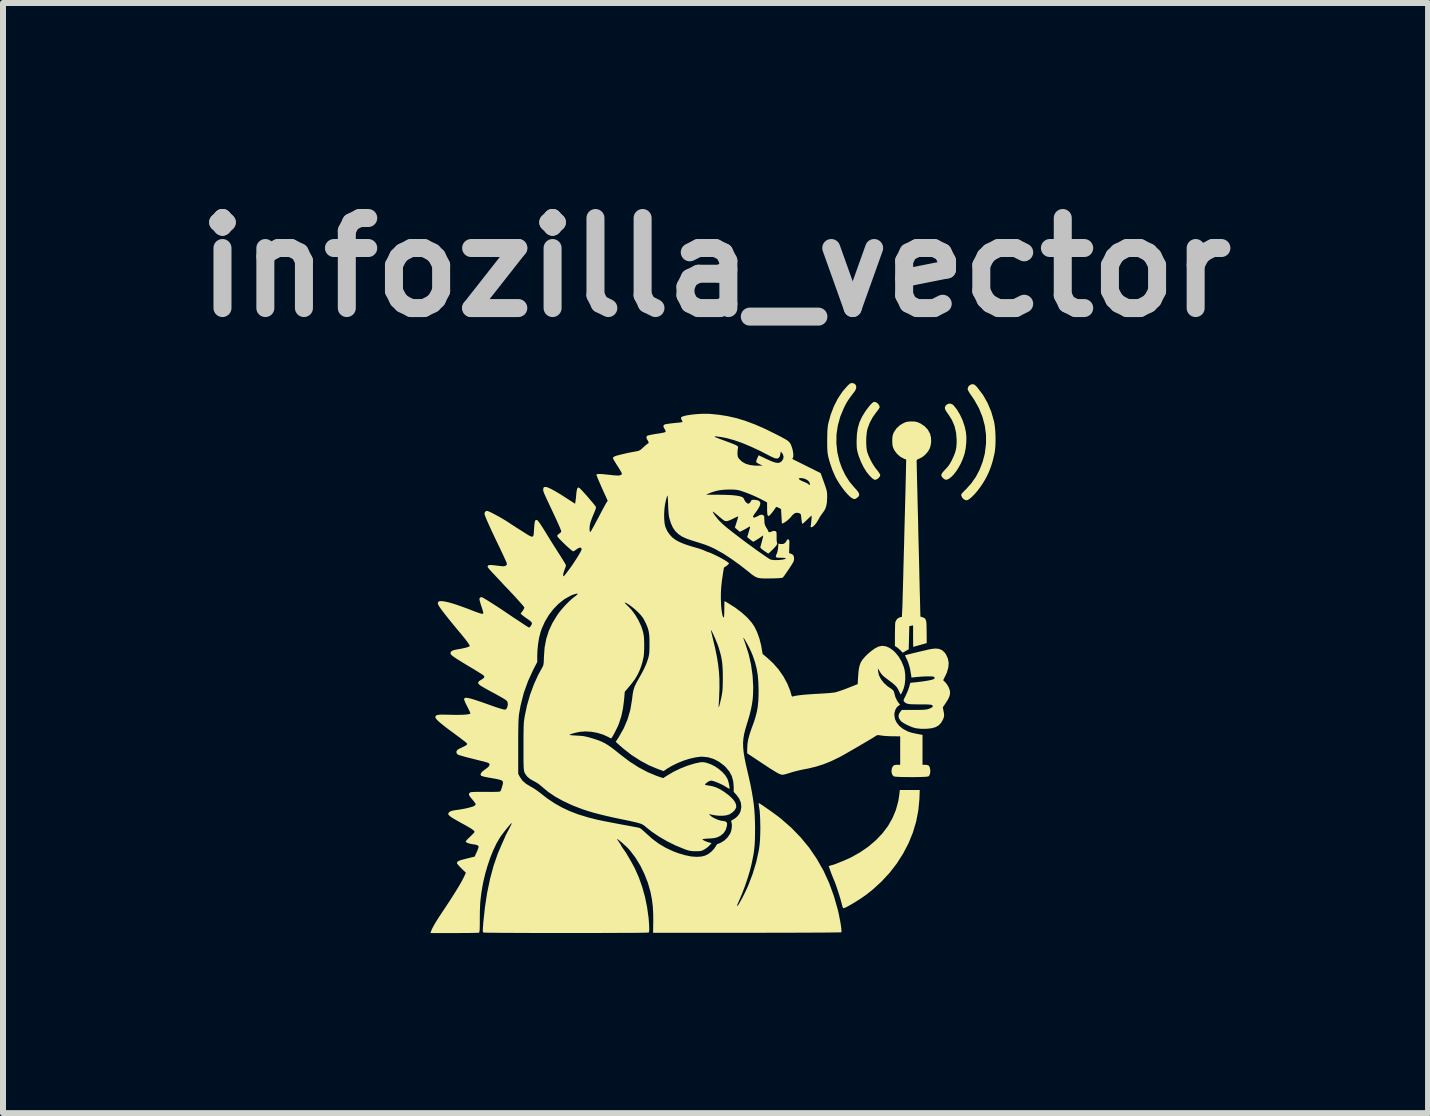
<source format=kicad_pcb>
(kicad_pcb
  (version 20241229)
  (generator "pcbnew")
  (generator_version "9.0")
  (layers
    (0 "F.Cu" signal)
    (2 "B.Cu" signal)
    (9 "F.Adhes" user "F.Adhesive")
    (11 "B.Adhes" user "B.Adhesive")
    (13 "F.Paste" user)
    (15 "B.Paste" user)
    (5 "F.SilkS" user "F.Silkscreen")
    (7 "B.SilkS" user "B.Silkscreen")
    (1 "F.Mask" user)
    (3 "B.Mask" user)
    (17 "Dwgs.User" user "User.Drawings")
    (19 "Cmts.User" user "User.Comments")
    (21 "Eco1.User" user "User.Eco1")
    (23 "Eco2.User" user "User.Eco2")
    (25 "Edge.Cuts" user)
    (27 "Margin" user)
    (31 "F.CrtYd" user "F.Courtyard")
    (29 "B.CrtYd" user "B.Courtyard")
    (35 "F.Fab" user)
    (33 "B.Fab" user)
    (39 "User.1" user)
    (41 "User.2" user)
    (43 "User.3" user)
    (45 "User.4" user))
  (footprint "infozilla_vector"
    (layer "F.Cu")
    (at 8.871 7.904)
    (property "Reference" "infozilla_vector" (at 0 -6.5 0) (layer "Dwgs.User") (effects (font (size 1.5 1.5) (thickness 0.3))))
    (attr board_only exclude_from_pos_files exclude_from_bom)
    (fp_poly (pts (xy 3.949 -4.215) (xy 3.968 -4.199) (xy 4.024 -4.128) (xy 4.074 -4.044) (xy 4.118 -3.949) (xy 4.151 -3.85) (xy 4.172 -3.756) (xy 4.18 -3.671) (xy 4.178 -3.577) (xy 4.168 -3.482) (xy 4.15 -3.395) (xy 4.147 -3.385) (xy 4.121 -3.31) (xy 4.089 -3.236) (xy 4.051 -3.166) (xy 4.011 -3.103) (xy 3.969 -3.049) (xy 3.927 -3.006) (xy 3.886 -2.975) (xy 3.85 -2.961) (xy 3.839 -2.96) (xy 3.819 -2.967) (xy 3.796 -2.983) (xy 3.79 -2.989) (xy 3.77 -3.012) (xy 3.762 -3.034) (xy 3.767 -3.058) (xy 3.786 -3.086) (xy 3.819 -3.123) (xy 3.828 -3.132) (xy 3.869 -3.177) (xy 3.902 -3.222) (xy 3.932 -3.276) (xy 3.94 -3.292) (xy 3.974 -3.365) (xy 3.997 -3.43) (xy 4.011 -3.492) (xy 4.017 -3.559) (xy 4.018 -3.619) (xy 4.009 -3.741) (xy 3.983 -3.853) (xy 3.939 -3.957) (xy 3.877 -4.054) (xy 3.869 -4.065) (xy 3.839 -4.108) (xy 3.823 -4.142) (xy 3.822 -4.171) (xy 3.835 -4.196) (xy 3.844 -4.206) (xy 3.877 -4.227) (xy 3.913 -4.23)) (stroke (width 0) (type solid)) (fill yes) (layer "F.SilkS"))
    (fp_poly (pts (xy 2.677 -4.251) (xy 2.708 -4.228) (xy 2.729 -4.197) (xy 2.735 -4.167) (xy 2.729 -4.155) (xy 2.714 -4.131) (xy 2.691 -4.101) (xy 2.676 -4.082) (xy 2.619 -4.002) (xy 2.571 -3.913) (xy 2.537 -3.823) (xy 2.526 -3.784) (xy 2.518 -3.729) (xy 2.512 -3.663) (xy 2.511 -3.593) (xy 2.513 -3.525) (xy 2.519 -3.466) (xy 2.525 -3.433) (xy 2.547 -3.369) (xy 2.579 -3.298) (xy 2.618 -3.226) (xy 2.661 -3.161) (xy 2.686 -3.129) (xy 2.712 -3.096) (xy 2.732 -3.066) (xy 2.744 -3.045) (xy 2.745 -3.038) (xy 2.737 -3.014) (xy 2.716 -2.989) (xy 2.689 -2.969) (xy 2.663 -2.96) (xy 2.661 -2.96) (xy 2.643 -2.964) (xy 2.623 -2.976) (xy 2.596 -3) (xy 2.569 -3.027) (xy 2.517 -3.09) (xy 2.468 -3.169) (xy 2.424 -3.258) (xy 2.387 -3.353) (xy 2.377 -3.385) (xy 2.366 -3.424) (xy 2.359 -3.459) (xy 2.354 -3.494) (xy 2.352 -3.536) (xy 2.351 -3.589) (xy 2.351 -3.61) (xy 2.356 -3.725) (xy 2.372 -3.827) (xy 2.4 -3.921) (xy 2.442 -4.012) (xy 2.499 -4.104) (xy 2.509 -4.118) (xy 2.546 -4.167) (xy 2.58 -4.209) (xy 2.61 -4.239) (xy 2.633 -4.256) (xy 2.644 -4.259)) (stroke (width 0) (type solid)) (fill yes) (layer "F.SilkS"))
    (fp_poly (pts (xy 3.397 2.362) (xy 3.379 2.549) (xy 3.343 2.734) (xy 3.289 2.916) (xy 3.217 3.093) (xy 3.128 3.264) (xy 3.023 3.429) (xy 2.903 3.585) (xy 2.767 3.732) (xy 2.617 3.869) (xy 2.515 3.95) (xy 2.468 3.983) (xy 2.415 4.02) (xy 2.358 4.056) (xy 2.301 4.091) (xy 2.247 4.123) (xy 2.2 4.149) (xy 2.163 4.168) (xy 2.143 4.176) (xy 2.133 4.177) (xy 2.125 4.172) (xy 2.118 4.157) (xy 2.109 4.129) (xy 2.101 4.096) (xy 2.082 4.026) (xy 2.058 3.947) (xy 2.032 3.867) (xy 2.006 3.79) (xy 1.98 3.722) (xy 1.966 3.689) (xy 1.947 3.642) (xy 1.927 3.592) (xy 1.911 3.548) (xy 1.909 3.543) (xy 1.886 3.477) (xy 1.911 3.468) (xy 1.933 3.461) (xy 1.945 3.458) (xy 1.959 3.455) (xy 1.988 3.445) (xy 2.027 3.43) (xy 2.072 3.412) (xy 2.121 3.392) (xy 2.168 3.372) (xy 2.211 3.353) (xy 2.245 3.337) (xy 2.252 3.334) (xy 2.408 3.247) (xy 2.549 3.15) (xy 2.673 3.044) (xy 2.782 2.93) (xy 2.874 2.808) (xy 2.948 2.678) (xy 3.005 2.542) (xy 3.044 2.4) (xy 3.06 2.303) (xy 3.071 2.208) (xy 3.237 2.208) (xy 3.403 2.208)) (stroke (width 0) (type solid)) (fill yes) (layer "F.SilkS"))
    (fp_poly (pts (xy 4.302 -4.55) (xy 4.319 -4.542) (xy 4.339 -4.524) (xy 4.364 -4.496) (xy 4.457 -4.374) (xy 4.533 -4.24) (xy 4.594 -4.095) (xy 4.639 -3.938) (xy 4.642 -3.926) (xy 4.653 -3.859) (xy 4.661 -3.779) (xy 4.665 -3.693) (xy 4.666 -3.604) (xy 4.663 -3.519) (xy 4.656 -3.444) (xy 4.647 -3.393) (xy 4.621 -3.282) (xy 4.591 -3.185) (xy 4.557 -3.095) (xy 4.528 -3.033) (xy 4.493 -2.966) (xy 4.452 -2.899) (xy 4.408 -2.834) (xy 4.362 -2.774) (xy 4.317 -2.721) (xy 4.273 -2.677) (xy 4.234 -2.643) (xy 4.201 -2.623) (xy 4.179 -2.619) (xy 4.162 -2.623) (xy 4.139 -2.634) (xy 4.112 -2.659) (xy 4.096 -2.694) (xy 4.093 -2.713) (xy 4.1 -2.725) (xy 4.118 -2.747) (xy 4.145 -2.776) (xy 4.171 -2.8) (xy 4.258 -2.896) (xy 4.335 -3.005) (xy 4.4 -3.127) (xy 4.45 -3.257) (xy 4.486 -3.393) (xy 4.488 -3.405) (xy 4.507 -3.559) (xy 4.507 -3.711) (xy 4.487 -3.861) (xy 4.448 -4.007) (xy 4.391 -4.149) (xy 4.314 -4.287) (xy 4.27 -4.352) (xy 4.234 -4.404) (xy 4.211 -4.444) (xy 4.201 -4.471) (xy 4.201 -4.477) (xy 4.21 -4.509) (xy 4.233 -4.535) (xy 4.265 -4.551) (xy 4.282 -4.552)) (stroke (width 0) (type solid)) (fill yes) (layer "F.SilkS"))
    (fp_poly (pts (xy 2.309 -4.565) (xy 2.334 -4.544) (xy 2.345 -4.515) (xy 2.342 -4.479) (xy 2.323 -4.44) (xy 2.318 -4.433) (xy 2.273 -4.374) (xy 2.238 -4.327) (xy 2.21 -4.286) (xy 2.186 -4.248) (xy 2.164 -4.207) (xy 2.141 -4.161) (xy 2.139 -4.157) (xy 2.079 -4.013) (xy 2.038 -3.866) (xy 2.016 -3.716) (xy 2.014 -3.566) (xy 2.03 -3.416) (xy 2.066 -3.267) (xy 2.105 -3.158) (xy 2.164 -3.035) (xy 2.236 -2.923) (xy 2.313 -2.833) (xy 2.353 -2.788) (xy 2.38 -2.753) (xy 2.393 -2.725) (xy 2.393 -2.702) (xy 2.382 -2.681) (xy 2.363 -2.663) (xy 2.334 -2.643) (xy 2.309 -2.639) (xy 2.28 -2.651) (xy 2.271 -2.656) (xy 2.236 -2.683) (xy 2.195 -2.724) (xy 2.15 -2.776) (xy 2.105 -2.836) (xy 2.062 -2.899) (xy 2.023 -2.962) (xy 1.999 -3.006) (xy 1.951 -3.114) (xy 1.91 -3.232) (xy 1.887 -3.311) (xy 1.878 -3.348) (xy 1.872 -3.38) (xy 1.867 -3.412) (xy 1.864 -3.447) (xy 1.862 -3.489) (xy 1.861 -3.542) (xy 1.861 -3.611) (xy 1.861 -3.615) (xy 1.862 -3.691) (xy 1.863 -3.752) (xy 1.866 -3.801) (xy 1.87 -3.842) (xy 1.875 -3.879) (xy 1.879 -3.898) (xy 1.919 -4.045) (xy 1.972 -4.184) (xy 2.037 -4.311) (xy 2.113 -4.426) (xy 2.186 -4.512) (xy 2.217 -4.543) (xy 2.24 -4.562) (xy 2.259 -4.571) (xy 2.272 -4.572)) (stroke (width 0) (type solid)) (fill yes) (layer "F.SilkS"))
    (fp_poly (pts (xy 3.724 -0.143) (xy 3.774 -0.122) (xy 3.815 -0.085) (xy 3.839 -0.053) (xy 3.871 0.016) (xy 3.885 0.089) (xy 3.879 0.167) (xy 3.855 0.251) (xy 3.831 0.303) (xy 3.793 0.379) (xy 3.826 0.411) (xy 3.861 0.454) (xy 3.888 0.504) (xy 3.905 0.554) (xy 3.908 0.584) (xy 3.904 0.622) (xy 3.892 0.661) (xy 3.87 0.705) (xy 3.836 0.759) (xy 3.832 0.765) (xy 3.787 0.831) (xy 3.798 0.888) (xy 3.807 0.933) (xy 3.809 0.967) (xy 3.804 0.996) (xy 3.793 1.027) (xy 3.787 1.04) (xy 3.756 1.092) (xy 3.717 1.132) (xy 3.669 1.16) (xy 3.607 1.178) (xy 3.531 1.187) (xy 3.503 1.188) (xy 3.419 1.188) (xy 3.351 1.181) (xy 3.331 1.177) (xy 3.284 1.164) (xy 3.232 1.143) (xy 3.181 1.119) (xy 3.135 1.094) (xy 3.099 1.069) (xy 3.083 1.054) (xy 3.056 1.012) (xy 3.049 0.971) (xy 3.062 0.93) (xy 3.081 0.902) (xy 3.105 0.874) (xy 3.304 0.874) (xy 3.375 0.874) (xy 3.429 0.873) (xy 3.471 0.871) (xy 3.502 0.868) (xy 3.527 0.864) (xy 3.548 0.858) (xy 3.553 0.857) (xy 3.595 0.839) (xy 3.617 0.823) (xy 3.62 0.807) (xy 3.61 0.795) (xy 3.598 0.79) (xy 3.578 0.786) (xy 3.547 0.784) (xy 3.502 0.782) (xy 3.441 0.782) (xy 3.402 0.782) (xy 3.33 0.781) (xy 3.275 0.78) (xy 3.234 0.777) (xy 3.204 0.772) (xy 3.181 0.765) (xy 3.164 0.755) (xy 3.148 0.741) (xy 3.143 0.735) (xy 3.136 0.726) (xy 3.134 0.715) (xy 3.137 0.7) (xy 3.148 0.676) (xy 3.167 0.638) (xy 3.169 0.634) (xy 3.19 0.589) (xy 3.21 0.54) (xy 3.225 0.497) (xy 3.228 0.487) (xy 3.246 0.422) (xy 3.311 0.416) (xy 3.374 0.409) (xy 3.439 0.401) (xy 3.499 0.392) (xy 3.552 0.383) (xy 3.594 0.374) (xy 3.62 0.367) (xy 3.622 0.366) (xy 3.646 0.353) (xy 3.652 0.339) (xy 3.641 0.324) (xy 3.639 0.322) (xy 3.623 0.318) (xy 3.591 0.315) (xy 3.546 0.315) (xy 3.492 0.316) (xy 3.432 0.319) (xy 3.369 0.324) (xy 3.32 0.329) (xy 3.265 0.335) (xy 3.258 0.287) (xy 3.239 0.177) (xy 3.211 0.084) (xy 3.19 0.035) (xy 3.174 0.002) (xy 3.163 -0.022) (xy 3.159 -0.035) (xy 3.159 -0.036) (xy 3.169 -0.04) (xy 3.196 -0.047) (xy 3.235 -0.057) (xy 3.283 -0.069) (xy 3.337 -0.082) (xy 3.394 -0.096) (xy 3.451 -0.109) (xy 3.503 -0.121) (xy 3.549 -0.132) (xy 3.584 -0.139) (xy 3.594 -0.141) (xy 3.665 -0.149)) (stroke (width 0) (type solid)) (fill yes) (layer "F.SilkS"))
    (fp_poly (pts (xy 3.312 -3.931) (xy 3.345 -3.926) (xy 3.376 -3.916) (xy 3.412 -3.9) (xy 3.48 -3.856) (xy 3.534 -3.8) (xy 3.572 -3.733) (xy 3.576 -3.724) (xy 3.591 -3.66) (xy 3.593 -3.59) (xy 3.582 -3.521) (xy 3.565 -3.473) (xy 3.534 -3.423) (xy 3.492 -3.376) (xy 3.445 -3.338) (xy 3.399 -3.315) (xy 3.369 -3.302) (xy 3.354 -3.289) (xy 3.351 -3.278) (xy 3.351 -3.265) (xy 3.352 -3.234) (xy 3.353 -3.187) (xy 3.354 -3.126) (xy 3.356 -3.052) (xy 3.358 -2.968) (xy 3.36 -2.874) (xy 3.363 -2.774) (xy 3.365 -2.668) (xy 3.365 -2.667) (xy 3.368 -2.54) (xy 3.372 -2.398) (xy 3.376 -2.245) (xy 3.379 -2.087) (xy 3.383 -1.927) (xy 3.387 -1.77) (xy 3.391 -1.621) (xy 3.394 -1.484) (xy 3.395 -1.451) (xy 3.397 -1.34) (xy 3.4 -1.233) (xy 3.402 -1.132) (xy 3.405 -1.038) (xy 3.407 -0.955) (xy 3.409 -0.883) (xy 3.41 -0.825) (xy 3.411 -0.782) (xy 3.412 -0.756) (xy 3.412 -0.753) (xy 3.414 -0.681) (xy 3.448 -0.67) (xy 3.47 -0.662) (xy 3.487 -0.651) (xy 3.499 -0.636) (xy 3.507 -0.613) (xy 3.513 -0.581) (xy 3.516 -0.536) (xy 3.517 -0.475) (xy 3.518 -0.425) (xy 3.519 -0.239) (xy 3.408 -0.208) (xy 3.364 -0.196) (xy 3.329 -0.186) (xy 3.304 -0.179) (xy 3.295 -0.176) (xy 3.294 -0.185) (xy 3.293 -0.211) (xy 3.293 -0.25) (xy 3.292 -0.3) (xy 3.292 -0.355) (xy 3.292 -0.535) (xy 3.26 -0.528) (xy 3.229 -0.522) (xy 3.224 -0.329) (xy 3.219 -0.136) (xy 3.169 -0.108) (xy 3.119 -0.079) (xy 3.081 -0.119) (xy 3.054 -0.144) (xy 3.028 -0.166) (xy 3.016 -0.174) (xy 2.989 -0.19) (xy 2.989 -0.372) (xy 2.99 -0.432) (xy 2.991 -0.487) (xy 2.992 -0.533) (xy 2.994 -0.568) (xy 2.995 -0.585) (xy 3.011 -0.622) (xy 3.038 -0.652) (xy 3.072 -0.669) (xy 3.076 -0.67) (xy 3.105 -0.676) (xy 3.11 -0.775) (xy 3.112 -0.807) (xy 3.114 -0.855) (xy 3.116 -0.918) (xy 3.118 -0.992) (xy 3.12 -1.074) (xy 3.123 -1.163) (xy 3.125 -1.255) (xy 3.126 -1.285) (xy 3.129 -1.382) (xy 3.131 -1.495) (xy 3.135 -1.619) (xy 3.138 -1.749) (xy 3.142 -1.881) (xy 3.145 -2.011) (xy 3.148 -2.135) (xy 3.15 -2.208) (xy 3.153 -2.318) (xy 3.156 -2.433) (xy 3.159 -2.549) (xy 3.162 -2.662) (xy 3.165 -2.768) (xy 3.167 -2.865) (xy 3.169 -2.949) (xy 3.171 -3.009) (xy 3.177 -3.297) (xy 3.133 -3.315) (xy 3.075 -3.347) (xy 3.023 -3.394) (xy 2.982 -3.449) (xy 2.973 -3.466) (xy 2.959 -3.497) (xy 2.951 -3.524) (xy 2.947 -3.556) (xy 2.945 -3.598) (xy 2.945 -3.61) (xy 2.946 -3.656) (xy 2.95 -3.689) (xy 2.957 -3.717) (xy 2.969 -3.746) (xy 2.973 -3.753) (xy 3.015 -3.817) (xy 3.073 -3.87) (xy 3.135 -3.906) (xy 3.169 -3.921) (xy 3.202 -3.928) (xy 3.24 -3.932) (xy 3.268 -3.932)) (stroke (width 0) (type solid)) (fill yes) (layer "F.SilkS"))
    (fp_poly (pts (xy -0.107 -4.059) (xy -0.098 -4.059) (xy 0.055 -4.044) (xy 0.205 -4.02) (xy 0.354 -3.986) (xy 0.506 -3.939) (xy 0.663 -3.88) (xy 0.827 -3.808) (xy 1.002 -3.722) (xy 1.006 -3.72) (xy 1.074 -3.685) (xy 1.126 -3.657) (xy 1.166 -3.635) (xy 1.195 -3.617) (xy 1.215 -3.601) (xy 1.23 -3.586) (xy 1.242 -3.571) (xy 1.252 -3.553) (xy 1.256 -3.545) (xy 1.271 -3.507) (xy 1.284 -3.463) (xy 1.293 -3.417) (xy 1.297 -3.375) (xy 1.295 -3.343) (xy 1.291 -3.33) (xy 1.282 -3.313) (xy 1.282 -3.307) (xy 1.291 -3.302) (xy 1.315 -3.289) (xy 1.352 -3.271) (xy 1.4 -3.247) (xy 1.456 -3.219) (xy 1.518 -3.188) (xy 1.751 -3.072) (xy 1.806 -2.921) (xy 1.826 -2.864) (xy 1.84 -2.822) (xy 1.85 -2.788) (xy 1.856 -2.76) (xy 1.859 -2.731) (xy 1.86 -2.699) (xy 1.86 -2.662) (xy 1.856 -2.585) (xy 1.845 -2.522) (xy 1.826 -2.469) (xy 1.796 -2.422) (xy 1.784 -2.407) (xy 1.764 -2.379) (xy 1.739 -2.342) (xy 1.717 -2.302) (xy 1.715 -2.298) (xy 1.687 -2.252) (xy 1.658 -2.213) (xy 1.629 -2.185) (xy 1.604 -2.17) (xy 1.596 -2.169) (xy 1.585 -2.174) (xy 1.586 -2.191) (xy 1.59 -2.212) (xy 1.594 -2.243) (xy 1.597 -2.279) (xy 1.6 -2.314) (xy 1.601 -2.343) (xy 1.601 -2.361) (xy 1.6 -2.364) (xy 1.592 -2.358) (xy 1.573 -2.34) (xy 1.547 -2.315) (xy 1.527 -2.296) (xy 1.497 -2.267) (xy 1.472 -2.244) (xy 1.454 -2.23) (xy 1.448 -2.227) (xy 1.442 -2.237) (xy 1.437 -2.262) (xy 1.432 -2.3) (xy 1.431 -2.31) (xy 1.427 -2.35) (xy 1.423 -2.375) (xy 1.417 -2.39) (xy 1.407 -2.398) (xy 1.396 -2.404) (xy 1.355 -2.412) (xy 1.316 -2.401) (xy 1.281 -2.37) (xy 1.273 -2.36) (xy 1.24 -2.322) (xy 1.2 -2.285) (xy 1.16 -2.255) (xy 1.132 -2.24) (xy 1.106 -2.229) (xy 1.099 -2.351) (xy 1.092 -2.472) (xy 1.052 -2.493) (xy 1.027 -2.505) (xy 1.014 -2.508) (xy 1.006 -2.502) (xy 1.002 -2.496) (xy 0.983 -2.468) (xy 0.96 -2.436) (xy 0.935 -2.404) (xy 0.913 -2.379) (xy 0.897 -2.363) (xy 0.892 -2.36) (xy 0.879 -2.358) (xy 0.87 -2.366) (xy 0.864 -2.386) (xy 0.861 -2.421) (xy 0.86 -2.472) (xy 0.86 -2.481) (xy 0.859 -2.584) (xy 0.752 -2.64) (xy 0.678 -2.676) (xy 0.594 -2.713) (xy 0.507 -2.747) (xy 0.426 -2.775) (xy 0.391 -2.785) (xy 0.351 -2.793) (xy 0.296 -2.797) (xy 0.234 -2.798) (xy 0.168 -2.796) (xy 0.105 -2.791) (xy 0.049 -2.783) (xy 0.039 -2.781) (xy -0.008 -2.769) (xy -0.057 -2.754) (xy -0.097 -2.739) (xy -0.101 -2.737) (xy -0.158 -2.711) (xy 0.06 -2.711) (xy 0.171 -2.709) (xy 0.264 -2.705) (xy 0.338 -2.698) (xy 0.396 -2.688) (xy 0.437 -2.676) (xy 0.463 -2.66) (xy 0.473 -2.643) (xy 0.483 -2.62) (xy 0.5 -2.594) (xy 0.504 -2.589) (xy 0.531 -2.566) (xy 0.555 -2.563) (xy 0.575 -2.578) (xy 0.585 -2.596) (xy 0.596 -2.615) (xy 0.611 -2.625) (xy 0.634 -2.628) (xy 0.67 -2.624) (xy 0.687 -2.622) (xy 0.723 -2.61) (xy 0.743 -2.59) (xy 0.747 -2.56) (xy 0.735 -2.521) (xy 0.707 -2.471) (xy 0.678 -2.429) (xy 0.654 -2.397) (xy 0.636 -2.37) (xy 0.626 -2.352) (xy 0.625 -2.348) (xy 0.63 -2.333) (xy 0.647 -2.331) (xy 0.676 -2.341) (xy 0.702 -2.354) (xy 0.735 -2.371) (xy 0.757 -2.378) (xy 0.775 -2.378) (xy 0.785 -2.375) (xy 0.804 -2.363) (xy 0.812 -2.352) (xy 0.812 -2.336) (xy 0.813 -2.308) (xy 0.814 -2.276) (xy 0.817 -2.236) (xy 0.825 -2.205) (xy 0.84 -2.174) (xy 0.847 -2.163) (xy 0.864 -2.135) (xy 0.876 -2.112) (xy 0.879 -2.103) (xy 0.886 -2.088) (xy 0.905 -2.087) (xy 0.927 -2.095) (xy 0.966 -2.109) (xy 0.997 -2.105) (xy 1.006 -2.101) (xy 1.013 -2.091) (xy 1.017 -2.072) (xy 1.018 -2.04) (xy 1.018 -2.007) (xy 1.018 -1.961) (xy 1.021 -1.927) (xy 1.026 -1.909) (xy 1.027 -1.909) (xy 1.028 -1.892) (xy 1.013 -1.865) (xy 0.982 -1.828) (xy 0.936 -1.782) (xy 0.93 -1.776) (xy 0.88 -1.73) (xy 0.811 -1.776) (xy 0.774 -1.803) (xy 0.752 -1.824) (xy 0.746 -1.837) (xy 0.751 -1.852) (xy 0.758 -1.881) (xy 0.769 -1.919) (xy 0.775 -1.942) (xy 0.785 -1.98) (xy 0.792 -2.011) (xy 0.795 -2.029) (xy 0.795 -2.032) (xy 0.785 -2.027) (xy 0.765 -2.013) (xy 0.759 -2.009) (xy 0.732 -1.99) (xy 0.698 -1.968) (xy 0.678 -1.956) (xy 0.628 -1.927) (xy 0.578 -1.965) (xy 0.552 -1.985) (xy 0.534 -2) (xy 0.528 -2.006) (xy 0.53 -2.015) (xy 0.538 -2.039) (xy 0.548 -2.072) (xy 0.552 -2.086) (xy 0.566 -2.132) (xy 0.574 -2.162) (xy 0.575 -2.178) (xy 0.57 -2.182) (xy 0.558 -2.176) (xy 0.55 -2.171) (xy 0.526 -2.156) (xy 0.494 -2.138) (xy 0.464 -2.122) (xy 0.405 -2.093) (xy 0.364 -2.128) (xy 0.323 -2.164) (xy 0.352 -2.256) (xy 0.364 -2.295) (xy 0.373 -2.327) (xy 0.378 -2.346) (xy 0.378 -2.351) (xy 0.369 -2.348) (xy 0.347 -2.338) (xy 0.316 -2.323) (xy 0.309 -2.32) (xy 0.271 -2.301) (xy 0.233 -2.285) (xy 0.206 -2.275) (xy 0.205 -2.275) (xy 0.187 -2.271) (xy 0.171 -2.271) (xy 0.154 -2.276) (xy 0.132 -2.289) (xy 0.104 -2.311) (xy 0.065 -2.343) (xy 0.031 -2.372) (xy 0.00023 -2.398) (xy -0.025 -2.418) (xy -0.041 -2.429) (xy -0.045 -2.43) (xy -0.043 -2.42) (xy -0.031 -2.398) (xy -0.011 -2.368) (xy 0.014 -2.335) (xy 0.041 -2.302) (xy 0.062 -2.279) (xy 0.091 -2.25) (xy 0.129 -2.214) (xy 0.172 -2.177) (xy 0.205 -2.15) (xy 0.262 -2.105) (xy 0.326 -2.055) (xy 0.394 -2.003) (xy 0.465 -1.949) (xy 0.538 -1.895) (xy 0.61 -1.843) (xy 0.678 -1.793) (xy 0.742 -1.748) (xy 0.8 -1.708) (xy 0.849 -1.674) (xy 0.887 -1.649) (xy 0.913 -1.634) (xy 0.922 -1.63) (xy 0.954 -1.625) (xy 0.994 -1.622) (xy 1.038 -1.623) (xy 1.082 -1.626) (xy 1.121 -1.631) (xy 1.152 -1.638) (xy 1.17 -1.647) (xy 1.172 -1.652) (xy 1.163 -1.656) (xy 1.14 -1.659) (xy 1.106 -1.661) (xy 1.097 -1.661) (xy 1.05 -1.662) (xy 1.021 -1.665) (xy 1.007 -1.673) (xy 1.005 -1.687) (xy 1.012 -1.709) (xy 1.017 -1.72) (xy 1.031 -1.759) (xy 1.041 -1.808) (xy 1.043 -1.83) (xy 1.048 -1.896) (xy 1.086 -1.89) (xy 1.128 -1.891) (xy 1.161 -1.909) (xy 1.182 -1.941) (xy 1.183 -1.944) (xy 1.194 -1.963) (xy 1.209 -1.967) (xy 1.213 -1.966) (xy 1.222 -1.963) (xy 1.227 -1.955) (xy 1.23 -1.941) (xy 1.231 -1.916) (xy 1.23 -1.877) (xy 1.229 -1.85) (xy 1.226 -1.739) (xy 1.258 -1.728) (xy 1.287 -1.713) (xy 1.303 -1.689) (xy 1.309 -1.651) (xy 1.309 -1.642) (xy 1.308 -1.625) (xy 1.302 -1.605) (xy 1.291 -1.581) (xy 1.272 -1.549) (xy 1.245 -1.507) (xy 1.222 -1.472) (xy 1.191 -1.427) (xy 1.164 -1.388) (xy 1.141 -1.356) (xy 1.126 -1.336) (xy 1.121 -1.331) (xy 1.105 -1.326) (xy 1.07 -1.322) (xy 1.016 -1.319) (xy 0.944 -1.317) (xy 0.918 -1.317) (xy 0.845 -1.316) (xy 0.788 -1.317) (xy 0.743 -1.32) (xy 0.706 -1.327) (xy 0.674 -1.339) (xy 0.643 -1.357) (xy 0.608 -1.381) (xy 0.567 -1.414) (xy 0.557 -1.423) (xy 0.406 -1.541) (xy 0.264 -1.643) (xy 0.131 -1.73) (xy 0.007 -1.799) (xy -0.015 -1.811) (xy -0.055 -1.83) (xy -0.092 -1.847) (xy -0.129 -1.862) (xy -0.17 -1.878) (xy -0.219 -1.894) (xy -0.278 -1.913) (xy -0.352 -1.936) (xy -0.381 -1.945) (xy -0.476 -1.977) (xy -0.555 -2.013) (xy -0.618 -2.055) (xy -0.669 -2.104) (xy -0.71 -2.163) (xy -0.742 -2.234) (xy -0.762 -2.296) (xy -0.771 -2.33) (xy -0.778 -2.367) (xy -0.782 -2.41) (xy -0.786 -2.465) (xy -0.789 -2.534) (xy -0.789 -2.538) (xy -0.791 -2.593) (xy -0.793 -2.639) (xy -0.796 -2.674) (xy -0.799 -2.695) (xy -0.801 -2.699) (xy -0.807 -2.687) (xy -0.815 -2.66) (xy -0.825 -2.623) (xy -0.831 -2.599) (xy -0.844 -2.533) (xy -0.852 -2.46) (xy -0.856 -2.385) (xy -0.855 -2.312) (xy -0.85 -2.246) (xy -0.84 -2.192) (xy -0.832 -2.168) (xy -0.803 -2.104) (xy -0.766 -2.05) (xy -0.722 -2.002) (xy -0.667 -1.96) (xy -0.599 -1.923) (xy -0.517 -1.889) (xy -0.418 -1.856) (xy -0.364 -1.84) (xy -0.312 -1.825) (xy -0.262 -1.81) (xy -0.22 -1.795) (xy -0.191 -1.784) (xy -0.191 -1.783) (xy -0.158 -1.769) (xy -0.13 -1.758) (xy -0.118 -1.754) (xy -0.083 -1.741) (xy -0.039 -1.722) (xy 0.009 -1.699) (xy 0.059 -1.674) (xy 0.108 -1.647) (xy 0.152 -1.622) (xy 0.188 -1.599) (xy 0.213 -1.581) (xy 0.224 -1.569) (xy 0.225 -1.568) (xy 0.217 -1.555) (xy 0.198 -1.537) (xy 0.182 -1.525) (xy 0.14 -1.496) (xy 0.124 -1.395) (xy 0.107 -1.282) (xy 0.096 -1.181) (xy 0.09 -1.085) (xy 0.089 -0.988) (xy 0.091 -0.933) (xy 0.094 -0.861) (xy 0.1 -0.796) (xy 0.108 -0.742) (xy 0.117 -0.7) (xy 0.127 -0.674) (xy 0.138 -0.664) (xy 0.138 -0.664) (xy 0.141 -0.673) (xy 0.144 -0.699) (xy 0.146 -0.736) (xy 0.146 -0.783) (xy 0.147 -0.801) (xy 0.147 -0.85) (xy 0.148 -0.892) (xy 0.149 -0.922) (xy 0.15 -0.937) (xy 0.151 -0.938) (xy 0.161 -0.933) (xy 0.183 -0.921) (xy 0.207 -0.907) (xy 0.33 -0.829) (xy 0.437 -0.748) (xy 0.528 -0.666) (xy 0.602 -0.582) (xy 0.649 -0.513) (xy 0.693 -0.422) (xy 0.731 -0.317) (xy 0.76 -0.203) (xy 0.768 -0.156) (xy 0.785 -0.058) (xy 0.852 -0.003) (xy 0.957 0.093) (xy 1.051 0.2) (xy 1.131 0.315) (xy 1.196 0.435) (xy 1.245 0.557) (xy 1.261 0.614) (xy 1.269 0.64) (xy 1.278 0.651) (xy 1.288 0.65) (xy 1.317 0.642) (xy 1.363 0.634) (xy 1.424 0.626) (xy 1.497 0.619) (xy 1.578 0.613) (xy 1.666 0.607) (xy 1.71 0.605) (xy 1.778 0.601) (xy 1.844 0.597) (xy 1.904 0.592) (xy 1.954 0.587) (xy 1.99 0.582) (xy 1.998 0.58) (xy 2.031 0.571) (xy 2.077 0.556) (xy 2.131 0.537) (xy 2.188 0.516) (xy 2.218 0.504) (xy 2.369 0.444) (xy 2.375 0.332) (xy 2.381 0.252) (xy 2.389 0.188) (xy 2.4 0.137) (xy 2.415 0.096) (xy 2.422 0.079) (xy 2.452 0.033) (xy 2.495 -0.017) (xy 2.547 -0.067) (xy 2.602 -0.113) (xy 2.658 -0.152) (xy 2.708 -0.178) (xy 2.717 -0.182) (xy 2.777 -0.194) (xy 2.838 -0.186) (xy 2.899 -0.16) (xy 2.962 -0.115) (xy 2.996 -0.082) (xy 3.052 -0.014) (xy 3.1 0.068) (xy 3.136 0.156) (xy 3.152 0.215) (xy 3.161 0.289) (xy 3.161 0.368) (xy 3.153 0.446) (xy 3.135 0.517) (xy 3.11 0.578) (xy 3.1 0.595) (xy 3.084 0.619) (xy 3.057 0.561) (xy 3.04 0.527) (xy 3.023 0.499) (xy 3.001 0.473) (xy 2.973 0.447) (xy 2.935 0.416) (xy 2.892 0.384) (xy 2.843 0.347) (xy 2.807 0.319) (xy 2.781 0.294) (xy 2.76 0.27) (xy 2.742 0.243) (xy 2.731 0.225) (xy 2.705 0.181) (xy 2.709 0.231) (xy 2.723 0.296) (xy 2.756 0.361) (xy 2.804 0.423) (xy 2.865 0.479) (xy 2.906 0.507) (xy 2.94 0.53) (xy 2.96 0.549) (xy 2.971 0.566) (xy 2.975 0.578) (xy 2.996 0.657) (xy 3.027 0.723) (xy 3.043 0.746) (xy 3.075 0.788) (xy 3.048 0.805) (xy 3.019 0.832) (xy 2.996 0.873) (xy 2.982 0.923) (xy 2.98 0.959) (xy 2.989 1.023) (xy 3.017 1.084) (xy 3.062 1.14) (xy 3.123 1.189) (xy 3.182 1.222) (xy 3.213 1.236) (xy 3.248 1.248) (xy 3.289 1.259) (xy 3.342 1.27) (xy 3.409 1.283) (xy 3.427 1.286) (xy 3.449 1.29) (xy 3.449 1.539) (xy 3.449 1.788) (xy 3.491 1.788) (xy 3.521 1.791) (xy 3.545 1.798) (xy 3.55 1.8) (xy 3.567 1.823) (xy 3.576 1.858) (xy 3.579 1.898) (xy 3.574 1.937) (xy 3.561 1.968) (xy 3.55 1.98) (xy 3.535 1.984) (xy 3.503 1.988) (xy 3.458 1.99) (xy 3.403 1.992) (xy 3.341 1.993) (xy 3.276 1.994) (xy 3.209 1.993) (xy 3.145 1.993) (xy 3.086 1.991) (xy 3.036 1.989) (xy 2.997 1.986) (xy 2.974 1.982) (xy 2.97 1.98) (xy 2.949 1.96) (xy 2.936 1.927) (xy 2.932 1.889) (xy 2.938 1.85) (xy 2.952 1.817) (xy 2.961 1.807) (xy 2.982 1.793) (xy 3.015 1.788) (xy 3.028 1.788) (xy 3.077 1.788) (xy 3.077 1.551) (xy 3.077 1.314) (xy 2.958 1.313) (xy 2.903 1.312) (xy 2.846 1.309) (xy 2.797 1.305) (xy 2.767 1.301) (xy 2.729 1.295) (xy 2.705 1.294) (xy 2.688 1.297) (xy 2.673 1.306) (xy 2.669 1.308) (xy 2.647 1.323) (xy 2.611 1.345) (xy 2.563 1.374) (xy 2.506 1.408) (xy 2.442 1.445) (xy 2.375 1.485) (xy 2.307 1.524) (xy 2.241 1.562) (xy 2.179 1.598) (xy 2.124 1.629) (xy 2.078 1.654) (xy 2.045 1.671) (xy 1.92 1.731) (xy 1.8 1.779) (xy 1.677 1.818) (xy 1.546 1.85) (xy 1.48 1.862) (xy 1.419 1.875) (xy 1.355 1.89) (xy 1.294 1.906) (xy 1.245 1.921) (xy 1.244 1.921) (xy 1.201 1.935) (xy 1.161 1.946) (xy 1.132 1.952) (xy 1.119 1.954) (xy 1.103 1.953) (xy 1.085 1.948) (xy 1.063 1.94) (xy 1.036 1.926) (xy 1.001 1.906) (xy 0.957 1.879) (xy 0.901 1.844) (xy 0.833 1.799) (xy 0.774 1.76) (xy 0.528 1.597) (xy 0.528 1.521) (xy 0.532 1.446) (xy 0.544 1.368) (xy 0.567 1.283) (xy 0.599 1.187) (xy 0.605 1.172) (xy 0.641 1.073) (xy 0.669 0.984) (xy 0.69 0.901) (xy 0.704 0.819) (xy 0.713 0.732) (xy 0.717 0.635) (xy 0.718 0.547) (xy 0.714 0.414) (xy 0.704 0.294) (xy 0.685 0.184) (xy 0.658 0.078) (xy 0.622 -0.027) (xy 0.597 -0.088) (xy 0.58 -0.124) (xy 0.56 -0.166) (xy 0.538 -0.209) (xy 0.515 -0.25) (xy 0.495 -0.285) (xy 0.478 -0.313) (xy 0.467 -0.328) (xy 0.463 -0.33) (xy 0.465 -0.32) (xy 0.473 -0.296) (xy 0.485 -0.261) (xy 0.495 -0.234) (xy 0.551 -0.061) (xy 0.592 0.12) (xy 0.618 0.305) (xy 0.628 0.487) (xy 0.628 0.503) (xy 0.626 0.6) (xy 0.62 0.69) (xy 0.608 0.778) (xy 0.59 0.868) (xy 0.566 0.965) (xy 0.534 1.073) (xy 0.523 1.109) (xy 0.497 1.196) (xy 0.477 1.275) (xy 0.465 1.349) (xy 0.459 1.423) (xy 0.461 1.5) (xy 0.469 1.582) (xy 0.484 1.674) (xy 0.505 1.778) (xy 0.521 1.848) (xy 0.554 1.99) (xy 0.582 2.117) (xy 0.604 2.231) (xy 0.622 2.336) (xy 0.636 2.434) (xy 0.646 2.53) (xy 0.653 2.626) (xy 0.657 2.725) (xy 0.659 2.83) (xy 0.659 2.862) (xy 0.658 2.963) (xy 0.656 3.049) (xy 0.652 3.124) (xy 0.645 3.195) (xy 0.636 3.265) (xy 0.622 3.338) (xy 0.605 3.421) (xy 0.599 3.449) (xy 0.571 3.559) (xy 0.534 3.682) (xy 0.49 3.81) (xy 0.44 3.941) (xy 0.386 4.068) (xy 0.378 4.086) (xy 0.363 4.12) (xy 0.358 4.138) (xy 0.363 4.141) (xy 0.376 4.127) (xy 0.378 4.125) (xy 0.393 4.102) (xy 0.414 4.065) (xy 0.44 4.018) (xy 0.467 3.966) (xy 0.494 3.911) (xy 0.519 3.858) (xy 0.54 3.811) (xy 0.541 3.81) (xy 0.618 3.609) (xy 0.678 3.412) (xy 0.721 3.216) (xy 0.729 3.165) (xy 0.736 3.106) (xy 0.742 3.033) (xy 0.745 2.95) (xy 0.747 2.862) (xy 0.746 2.774) (xy 0.744 2.689) (xy 0.74 2.612) (xy 0.735 2.547) (xy 0.73 2.516) (xy 0.724 2.477) (xy 0.72 2.446) (xy 0.718 2.428) (xy 0.718 2.425) (xy 0.727 2.429) (xy 0.749 2.442) (xy 0.782 2.463) (xy 0.822 2.491) (xy 0.868 2.523) (xy 0.917 2.557) (xy 0.966 2.592) (xy 1.013 2.627) (xy 1.055 2.658) (xy 1.089 2.685) (xy 1.263 2.837) (xy 1.42 2.999) (xy 1.562 3.171) (xy 1.687 3.355) (xy 1.798 3.55) (xy 1.893 3.757) (xy 1.973 3.977) (xy 2.038 4.205) (xy 2.052 4.266) (xy 2.065 4.33) (xy 2.077 4.392) (xy 2.087 4.45) (xy 2.094 4.501) (xy 2.098 4.542) (xy 2.099 4.569) (xy 2.097 4.579) (xy 2.086 4.58) (xy 2.057 4.581) (xy 2.011 4.581) (xy 1.948 4.582) (xy 1.87 4.583) (xy 1.777 4.584) (xy 1.671 4.584) (xy 1.553 4.585) (xy 1.424 4.585) (xy 1.284 4.586) (xy 1.136 4.586) (xy 0.979 4.586) (xy 0.815 4.587) (xy 0.646 4.587) (xy 0.524 4.587) (xy -1.04 4.587) (xy -1.037 4.401) (xy -1.038 4.266) (xy -1.045 4.145) (xy -1.059 4.031) (xy -1.081 3.919) (xy -1.084 3.905) (xy -1.127 3.754) (xy -1.185 3.606) (xy -1.254 3.465) (xy -1.334 3.335) (xy -1.422 3.219) (xy -1.441 3.197) (xy -1.466 3.171) (xy -1.496 3.142) (xy -1.53 3.111) (xy -1.563 3.082) (xy -1.594 3.056) (xy -1.619 3.036) (xy -1.636 3.025) (xy -1.641 3.024) (xy -1.636 3.035) (xy -1.622 3.056) (xy -1.607 3.077) (xy -1.589 3.104) (xy -1.576 3.124) (xy -1.573 3.132) (xy -1.567 3.144) (xy -1.553 3.166) (xy -1.536 3.19) (xy -1.511 3.225) (xy -1.48 3.274) (xy -1.445 3.332) (xy -1.41 3.393) (xy -1.376 3.455) (xy -1.346 3.511) (xy -1.343 3.517) (xy -1.278 3.663) (xy -1.221 3.824) (xy -1.174 3.993) (xy -1.139 4.166) (xy -1.115 4.339) (xy -1.107 4.442) (xy -1.105 4.497) (xy -1.104 4.536) (xy -1.106 4.561) (xy -1.109 4.575) (xy -1.114 4.582) (xy -1.115 4.583) (xy -1.126 4.584) (xy -1.156 4.585) (xy -1.202 4.586) (xy -1.264 4.587) (xy -1.34 4.588) (xy -1.429 4.588) (xy -1.529 4.589) (xy -1.639 4.589) (xy -1.758 4.59) (xy -1.884 4.59) (xy -2.016 4.591) (xy -2.153 4.591) (xy -2.293 4.591) (xy -2.435 4.591) (xy -2.578 4.591) (xy -2.719 4.591) (xy -2.859 4.591) (xy -2.995 4.591) (xy -3.126 4.59) (xy -3.25 4.59) (xy -3.367 4.589) (xy -3.476 4.589) (xy -3.573 4.588) (xy -3.66 4.587) (xy -3.733 4.586) (xy -3.791 4.586) (xy -3.834 4.585) (xy -3.86 4.583) (xy -3.868 4.583) (xy -3.873 4.577) (xy -3.876 4.565) (xy -3.877 4.544) (xy -3.876 4.511) (xy -3.872 4.464) (xy -3.87 4.429) (xy -3.842 4.166) (xy -3.804 3.918) (xy -3.755 3.684) (xy -3.696 3.466) (xy -3.626 3.264) (xy -3.551 3.09) (xy -3.533 3.051) (xy -3.519 3.018) (xy -3.509 2.997) (xy -3.507 2.99) (xy -3.503 2.979) (xy -3.491 2.955) (xy -3.473 2.92) (xy -3.451 2.879) (xy -3.448 2.873) (xy -3.426 2.831) (xy -3.409 2.796) (xy -3.397 2.771) (xy -3.393 2.758) (xy -3.393 2.758) (xy -3.401 2.763) (xy -3.419 2.78) (xy -3.443 2.808) (xy -3.472 2.842) (xy -3.503 2.881) (xy -3.534 2.921) (xy -3.562 2.958) (xy -3.586 2.992) (xy -3.593 3.003) (xy -3.648 3.097) (xy -3.701 3.208) (xy -3.751 3.331) (xy -3.796 3.463) (xy -3.836 3.6) (xy -3.869 3.739) (xy -3.887 3.836) (xy -3.901 3.922) (xy -3.911 4) (xy -3.919 4.075) (xy -3.923 4.152) (xy -3.926 4.237) (xy -3.927 4.335) (xy -3.927 4.361) (xy -3.927 4.432) (xy -3.928 4.487) (xy -3.929 4.527) (xy -3.931 4.554) (xy -3.934 4.572) (xy -3.937 4.581) (xy -3.942 4.585) (xy -3.943 4.586) (xy -3.956 4.587) (xy -3.986 4.588) (xy -4.031 4.589) (xy -4.09 4.59) (xy -4.159 4.591) (xy -4.237 4.591) (xy -4.322 4.592) (xy -4.354 4.592) (xy -4.749 4.592) (xy -4.742 4.57) (xy -4.726 4.528) (xy -4.697 4.472) (xy -4.657 4.404) (xy -4.607 4.325) (xy -4.558 4.251) (xy -4.477 4.129) (xy -4.403 4.016) (xy -4.338 3.913) (xy -4.281 3.82) (xy -4.234 3.739) (xy -4.198 3.671) (xy -4.177 3.627) (xy -4.159 3.586) (xy -4.234 3.514) (xy -4.264 3.483) (xy -4.289 3.455) (xy -4.304 3.435) (xy -4.308 3.426) (xy -4.305 3.412) (xy -4.294 3.399) (xy -4.273 3.387) (xy -4.239 3.375) (xy -4.19 3.362) (xy -4.147 3.351) (xy -4.013 3.318) (xy -3.98 3.246) (xy -3.964 3.209) (xy -3.953 3.178) (xy -3.947 3.157) (xy -3.947 3.154) (xy -3.952 3.139) (xy -3.97 3.128) (xy -4.002 3.118) (xy -4.044 3.112) (xy -4.09 3.103) (xy -4.127 3.092) (xy -4.152 3.079) (xy -4.162 3.067) (xy -4.162 3.066) (xy -4.155 3.055) (xy -4.137 3.034) (xy -4.11 3.007) (xy -4.088 2.986) (xy -4.058 2.957) (xy -4.033 2.931) (xy -4.018 2.913) (xy -4.015 2.907) (xy -4.018 2.896) (xy -4.029 2.883) (xy -4.049 2.867) (xy -4.08 2.846) (xy -4.124 2.82) (xy -4.182 2.787) (xy -4.245 2.753) (xy -4.315 2.713) (xy -4.37 2.682) (xy -4.409 2.656) (xy -4.435 2.635) (xy -4.45 2.618) (xy -4.453 2.603) (xy -4.447 2.589) (xy -4.434 2.576) (xy -4.417 2.564) (xy -4.392 2.555) (xy -4.354 2.547) (xy -4.312 2.541) (xy -4.251 2.532) (xy -4.188 2.521) (xy -4.129 2.508) (xy -4.077 2.494) (xy -4.037 2.482) (xy -4.022 2.475) (xy -4.003 2.46) (xy -3.996 2.444) (xy -4.002 2.43) (xy -4.019 2.406) (xy -4.043 2.376) (xy -4.055 2.362) (xy -4.087 2.323) (xy -4.105 2.295) (xy -4.108 2.273) (xy -4.098 2.257) (xy -4.083 2.247) (xy -4.066 2.243) (xy -4.031 2.241) (xy -3.978 2.239) (xy -3.91 2.239) (xy -3.83 2.239) (xy -3.743 2.24) (xy -3.676 2.239) (xy -3.627 2.238) (xy -3.597 2.235) (xy -3.586 2.232) (xy -3.578 2.217) (xy -3.567 2.19) (xy -3.556 2.155) (xy -3.555 2.151) (xy -3.546 2.119) (xy -3.541 2.093) (xy -3.542 2.073) (xy -3.55 2.058) (xy -3.568 2.046) (xy -3.598 2.036) (xy -3.641 2.026) (xy -3.7 2.015) (xy -3.771 2.003) (xy -3.819 1.994) (xy -3.86 1.985) (xy -3.891 1.976) (xy -3.907 1.969) (xy -3.907 1.969) (xy -3.915 1.948) (xy -3.911 1.939) (xy -3.287 1.939) (xy -3.261 1.988) (xy -3.218 2.051) (xy -3.156 2.105) (xy -3.078 2.152) (xy -3.076 2.153) (xy -3.037 2.175) (xy -2.99 2.206) (xy -2.943 2.24) (xy -2.921 2.257) (xy -2.803 2.349) (xy -2.683 2.429) (xy -2.559 2.499) (xy -2.427 2.561) (xy -2.285 2.615) (xy -2.129 2.663) (xy -1.98 2.701) (xy -1.944 2.709) (xy -1.891 2.72) (xy -1.827 2.733) (xy -1.754 2.747) (xy -1.676 2.762) (xy -1.596 2.777) (xy -1.581 2.78) (xy -1.506 2.794) (xy -1.438 2.806) (xy -1.377 2.818) (xy -1.327 2.827) (xy -1.29 2.835) (xy -1.269 2.839) (xy -1.265 2.84) (xy -1.25 2.849) (xy -1.225 2.868) (xy -1.194 2.895) (xy -1.167 2.92) (xy -1.056 3.02) (xy -0.945 3.103) (xy -0.83 3.171) (xy -0.708 3.228) (xy -0.619 3.262) (xy -0.509 3.294) (xy -0.408 3.315) (xy -0.315 3.322) (xy -0.235 3.317) (xy -0.172 3.301) (xy -0.117 3.273) (xy -0.065 3.232) (xy -0.021 3.184) (xy 0.001 3.151) (xy 0.016 3.126) (xy 0.029 3.11) (xy 0.034 3.107) (xy 0.048 3.103) (xy 0.073 3.093) (xy 0.094 3.083) (xy 0.15 3.048) (xy 0.201 2.998) (xy 0.241 2.94) (xy 0.245 2.933) (xy 0.261 2.889) (xy 0.271 2.838) (xy 0.273 2.789) (xy 0.266 2.748) (xy 0.266 2.747) (xy 0.261 2.728) (xy 0.265 2.717) (xy 0.282 2.706) (xy 0.295 2.7) (xy 0.334 2.675) (xy 0.373 2.638) (xy 0.403 2.595) (xy 0.418 2.561) (xy 0.43 2.49) (xy 0.423 2.421) (xy 0.396 2.354) (xy 0.351 2.292) (xy 0.351 2.292) (xy 0.303 2.239) (xy 0.303 2.156) (xy 0.295 2.062) (xy 0.272 1.978) (xy 0.231 1.901) (xy 0.173 1.83) (xy 0.145 1.803) (xy 0.06 1.738) (xy -0.03 1.691) (xy -0.124 1.663) (xy -0.22 1.653) (xy -0.254 1.654) (xy -0.34 1.666) (xy -0.435 1.688) (xy -0.535 1.72) (xy -0.633 1.76) (xy -0.726 1.805) (xy -0.807 1.853) (xy -0.807 1.854) (xy -0.865 1.893) (xy -0.957 1.86) (xy -1.104 1.799) (xy -1.251 1.72) (xy -1.397 1.626) (xy -1.537 1.517) (xy -1.616 1.448) (xy -1.662 1.405) (xy -1.611 1.326) (xy -1.529 1.181) (xy -1.465 1.03) (xy -1.419 0.872) (xy -1.391 0.705) (xy -1.387 0.67) (xy -1.378 0.598) (xy -1.365 0.538) (xy -1.347 0.483) (xy -1.319 0.425) (xy -1.293 0.378) (xy -1.237 0.279) (xy -1.192 0.193) (xy -1.158 0.118) (xy -1.133 0.05) (xy -1.127 0.032) (xy -1.117 -0.002) (xy -1.11 -0.032) (xy -1.105 -0.062) (xy -1.102 -0.098) (xy -1.101 -0.142) (xy -1.1 -0.201) (xy -1.1 -0.22) (xy -1.1 -0.298) (xy -1.103 -0.362) (xy -1.11 -0.416) (xy -1.118 -0.456) (xy -0.075 -0.456) (xy -0.074 -0.445) (xy -0.069 -0.419) (xy -0.06 -0.381) (xy -0.049 -0.333) (xy -0.04 -0.297) (xy -0.004 -0.146) (xy 0.024 -0.008) (xy 0.044 0.119) (xy 0.058 0.242) (xy 0.065 0.362) (xy 0.066 0.485) (xy 0.065 0.551) (xy 0.062 0.613) (xy 0.06 0.673) (xy 0.057 0.726) (xy 0.055 0.767) (xy 0.053 0.79) (xy 0.052 0.819) (xy 0.053 0.83) (xy 0.058 0.823) (xy 0.066 0.798) (xy 0.076 0.758) (xy 0.089 0.701) (xy 0.095 0.675) (xy 0.104 0.632) (xy 0.11 0.594) (xy 0.115 0.558) (xy 0.118 0.519) (xy 0.12 0.473) (xy 0.121 0.416) (xy 0.122 0.343) (xy 0.122 0.337) (xy 0.121 0.239) (xy 0.117 0.156) (xy 0.111 0.083) (xy 0.1 0.015) (xy 0.085 -0.054) (xy 0.064 -0.127) (xy 0.048 -0.179) (xy 0.035 -0.216) (xy 0.018 -0.258) (xy -0.000481 -0.304) (xy -0.02 -0.349) (xy -0.039 -0.39) (xy -0.055 -0.424) (xy -0.067 -0.447) (xy -0.075 -0.456) (xy -0.075 -0.456) (xy -1.118 -0.456) (xy -1.12 -0.464) (xy -1.136 -0.512) (xy -1.158 -0.563) (xy -1.174 -0.596) (xy -1.196 -0.639) (xy -1.22 -0.675) (xy -1.249 -0.711) (xy -1.288 -0.752) (xy -1.298 -0.762) (xy -1.334 -0.795) (xy -1.372 -0.827) (xy -1.412 -0.858) (xy -1.449 -0.884) (xy -1.48 -0.903) (xy -1.502 -0.913) (xy -1.513 -0.913) (xy -1.508 -0.905) (xy -1.492 -0.888) (xy -1.468 -0.865) (xy -1.466 -0.863) (xy -1.398 -0.792) (xy -1.335 -0.706) (xy -1.28 -0.612) (xy -1.235 -0.513) (xy -1.21 -0.435) (xy -1.201 -0.398) (xy -1.195 -0.36) (xy -1.191 -0.318) (xy -1.189 -0.265) (xy -1.188 -0.205) (xy -1.189 -0.129) (xy -1.192 -0.066) (xy -1.198 -0.011) (xy -1.209 0.042) (xy -1.224 0.099) (xy -1.237 0.142) (xy -1.266 0.219) (xy -1.3 0.29) (xy -1.342 0.361) (xy -1.396 0.434) (xy -1.461 0.513) (xy -1.512 0.572) (xy -1.523 0.704) (xy -1.541 0.845) (xy -1.569 0.978) (xy -1.608 1.099) (xy -1.612 1.11) (xy -1.628 1.147) (xy -1.648 1.189) (xy -1.67 1.233) (xy -1.691 1.274) (xy -1.711 1.309) (xy -1.727 1.335) (xy -1.738 1.347) (xy -1.739 1.348) (xy -1.751 1.344) (xy -1.774 1.333) (xy -1.789 1.324) (xy -1.874 1.285) (xy -1.969 1.256) (xy -2.069 1.238) (xy -2.167 1.232) (xy -2.258 1.239) (xy -2.262 1.24) (xy -2.307 1.249) (xy -2.351 1.259) (xy -2.389 1.27) (xy -2.417 1.28) (xy -2.432 1.288) (xy -2.433 1.29) (xy -2.423 1.293) (xy -2.398 1.296) (xy -2.361 1.299) (xy -2.316 1.301) (xy -2.313 1.302) (xy -2.255 1.305) (xy -2.208 1.309) (xy -2.162 1.318) (xy -2.112 1.33) (xy -2.071 1.342) (xy -2.003 1.363) (xy -1.944 1.383) (xy -1.892 1.405) (xy -1.842 1.43) (xy -1.792 1.46) (xy -1.738 1.497) (xy -1.678 1.543) (xy -1.608 1.599) (xy -1.573 1.627) (xy -1.43 1.735) (xy -1.284 1.829) (xy -1.136 1.908) (xy -0.989 1.97) (xy -0.956 1.982) (xy -0.872 2.01) (xy -0.805 1.967) (xy -0.702 1.906) (xy -0.588 1.851) (xy -0.472 1.805) (xy -0.357 1.769) (xy -0.268 1.749) (xy -0.225 1.744) (xy -0.188 1.746) (xy -0.152 1.754) (xy -0.08 1.779) (xy -0.009 1.815) (xy 0.057 1.86) (xy 0.116 1.911) (xy 0.164 1.965) (xy 0.197 2.019) (xy 0.203 2.034) (xy 0.214 2.067) (xy 0.223 2.104) (xy 0.23 2.139) (xy 0.234 2.167) (xy 0.234 2.185) (xy 0.231 2.188) (xy 0.22 2.183) (xy 0.198 2.171) (xy 0.169 2.153) (xy 0.169 2.152) (xy 0.127 2.128) (xy 0.08 2.105) (xy 0.03 2.083) (xy -0.015 2.066) (xy -0.053 2.055) (xy -0.073 2.052) (xy -0.095 2.057) (xy -0.122 2.07) (xy -0.148 2.088) (xy -0.168 2.106) (xy -0.176 2.119) (xy -0.167 2.124) (xy -0.144 2.13) (xy -0.12 2.133) (xy -0.051 2.145) (xy 0.014 2.166) (xy 0.08 2.198) (xy 0.148 2.241) (xy 0.224 2.299) (xy 0.236 2.309) (xy 0.286 2.357) (xy 0.322 2.404) (xy 0.342 2.449) (xy 0.346 2.49) (xy 0.343 2.504) (xy 0.321 2.543) (xy 0.284 2.58) (xy 0.237 2.611) (xy 0.225 2.617) (xy 0.18 2.63) (xy 0.123 2.637) (xy 0.058 2.637) (xy -0.01 2.63) (xy -0.075 2.617) (xy -0.093 2.612) (xy -0.105 2.609) (xy -0.104 2.614) (xy -0.09 2.63) (xy -0.09 2.631) (xy -0.057 2.657) (xy -0.012 2.682) (xy 0.039 2.704) (xy 0.09 2.719) (xy 0.118 2.723) (xy 0.159 2.73) (xy 0.183 2.743) (xy 0.193 2.765) (xy 0.191 2.8) (xy 0.19 2.807) (xy 0.17 2.873) (xy 0.135 2.927) (xy 0.083 2.97) (xy 0.044 2.99) (xy 0.014 3.001) (xy -0.021 3.009) (xy -0.066 3.014) (xy -0.114 3.017) (xy -0.157 3.019) (xy -0.191 3.023) (xy -0.213 3.026) (xy -0.219 3.03) (xy -0.204 3.043) (xy -0.176 3.058) (xy -0.14 3.072) (xy -0.108 3.082) (xy -0.065 3.093) (xy -0.1 3.132) (xy -0.13 3.16) (xy -0.167 3.187) (xy -0.188 3.2) (xy -0.214 3.214) (xy -0.237 3.222) (xy -0.263 3.226) (xy -0.297 3.228) (xy -0.332 3.228) (xy -0.378 3.227) (xy -0.415 3.223) (xy -0.45 3.216) (xy -0.491 3.203) (xy -0.523 3.191) (xy -0.666 3.132) (xy -0.807 3.062) (xy -0.94 2.985) (xy -1.063 2.902) (xy -1.151 2.832) (xy -1.171 2.815) (xy -1.189 2.801) (xy -1.206 2.789) (xy -1.225 2.779) (xy -1.248 2.769) (xy -1.277 2.76) (xy -1.314 2.75) (xy -1.362 2.739) (xy -1.422 2.725) (xy -1.498 2.709) (xy -1.583 2.692) (xy -1.718 2.663) (xy -1.836 2.636) (xy -1.942 2.61) (xy -2.036 2.585) (xy -2.123 2.559) (xy -2.204 2.533) (xy -2.284 2.503) (xy -2.364 2.472) (xy -2.399 2.457) (xy -2.544 2.389) (xy -2.675 2.316) (xy -2.79 2.238) (xy -2.886 2.158) (xy -2.947 2.107) (xy -3.007 2.07) (xy -3.02 2.064) (xy -3.088 2.026) (xy -3.141 1.981) (xy -3.175 1.931) (xy -3.182 1.917) (xy -3.186 1.903) (xy -3.19 1.888) (xy -3.193 1.869) (xy -3.195 1.844) (xy -3.197 1.81) (xy -3.198 1.767) (xy -3.199 1.712) (xy -3.199 1.642) (xy -3.199 1.556) (xy -3.199 1.485) (xy -3.199 1.386) (xy -3.199 1.305) (xy -3.198 1.237) (xy -3.197 1.182) (xy -3.196 1.137) (xy -3.194 1.099) (xy -3.191 1.065) (xy -3.187 1.033) (xy -3.182 1.002) (xy -3.176 0.967) (xy -3.139 0.793) (xy -3.089 0.62) (xy -3.027 0.451) (xy -2.955 0.292) (xy -2.892 0.177) (xy -2.881 0.156) (xy -2.872 0.138) (xy -2.867 0.118) (xy -2.863 0.092) (xy -2.861 0.057) (xy -2.859 0.008) (xy -2.858 -0.018) (xy -2.847 -0.168) (xy -2.82 -0.309) (xy -2.778 -0.442) (xy -2.718 -0.572) (xy -2.64 -0.701) (xy -2.599 -0.758) (xy -2.549 -0.818) (xy -2.494 -0.879) (xy -2.438 -0.935) (xy -2.386 -0.982) (xy -2.356 -1.006) (xy -2.327 -1.028) (xy -2.306 -1.046) (xy -2.296 -1.058) (xy -2.296 -1.059) (xy -2.304 -1.064) (xy -2.326 -1.061) (xy -2.36 -1.051) (xy -2.401 -1.035) (xy -2.422 -1.025) (xy -2.521 -0.969) (xy -2.614 -0.895) (xy -2.7 -0.807) (xy -2.777 -0.707) (xy -2.843 -0.596) (xy -2.896 -0.478) (xy -2.914 -0.424) (xy -2.938 -0.334) (xy -2.955 -0.233) (xy -2.966 -0.127) (xy -2.97 -0.032) (xy -2.97 0.076) (xy -3.033 0.197) (xy -3.122 0.39) (xy -3.194 0.59) (xy -3.247 0.797) (xy -3.269 0.919) (xy -3.274 0.948) (xy -3.277 0.979) (xy -3.28 1.013) (xy -3.282 1.052) (xy -3.284 1.099) (xy -3.285 1.156) (xy -3.286 1.224) (xy -3.287 1.306) (xy -3.287 1.404) (xy -3.287 1.485) (xy -3.287 1.939) (xy -3.911 1.939) (xy -3.905 1.923) (xy -3.876 1.893) (xy -3.84 1.866) (xy -3.799 1.836) (xy -3.774 1.811) (xy -3.765 1.789) (xy -3.767 1.774) (xy -3.77 1.768) (xy -3.775 1.763) (xy -3.786 1.757) (xy -3.802 1.751) (xy -3.828 1.743) (xy -3.864 1.733) (xy -3.914 1.721) (xy -3.978 1.705) (xy -4.053 1.686) (xy -4.116 1.67) (xy -4.175 1.655) (xy -4.225 1.64) (xy -4.264 1.629) (xy -4.289 1.62) (xy -4.294 1.617) (xy -4.314 1.595) (xy -4.317 1.568) (xy -4.303 1.543) (xy -4.301 1.541) (xy -4.283 1.529) (xy -4.254 1.513) (xy -4.226 1.5) (xy -4.192 1.484) (xy -4.164 1.469) (xy -4.15 1.459) (xy -4.138 1.446) (xy -4.14 1.435) (xy -4.149 1.424) (xy -4.162 1.413) (xy -4.188 1.392) (xy -4.225 1.364) (xy -4.27 1.329) (xy -4.322 1.291) (xy -4.361 1.262) (xy -4.447 1.199) (xy -4.517 1.145) (xy -4.573 1.1) (xy -4.615 1.064) (xy -4.644 1.035) (xy -4.662 1.012) (xy -4.668 0.996) (xy -4.668 0.993) (xy -4.663 0.978) (xy -4.652 0.966) (xy -4.633 0.959) (xy -4.604 0.954) (xy -4.561 0.952) (xy -4.504 0.953) (xy -4.445 0.954) (xy -4.358 0.956) (xy -4.279 0.956) (xy -4.211 0.955) (xy -4.156 0.951) (xy -4.115 0.946) (xy -4.09 0.939) (xy -4.084 0.932) (xy -4.088 0.918) (xy -4.1 0.891) (xy -4.117 0.855) (xy -4.138 0.814) (xy -4.159 0.773) (xy -4.175 0.736) (xy -4.186 0.709) (xy -4.189 0.696) (xy -4.185 0.684) (xy -4.177 0.676) (xy -4.164 0.672) (xy -4.143 0.672) (xy -4.115 0.677) (xy -4.076 0.686) (xy -4.026 0.701) (xy -3.964 0.721) (xy -3.887 0.747) (xy -3.794 0.78) (xy -3.718 0.807) (xy -3.661 0.827) (xy -3.609 0.844) (xy -3.565 0.857) (xy -3.532 0.866) (xy -3.515 0.869) (xy -3.494 0.866) (xy -3.48 0.851) (xy -3.472 0.836) (xy -3.46 0.787) (xy -3.464 0.746) (xy -3.48 0.719) (xy -3.495 0.708) (xy -3.525 0.689) (xy -3.566 0.664) (xy -3.616 0.636) (xy -3.672 0.605) (xy -3.698 0.591) (xy -3.756 0.56) (xy -3.811 0.53) (xy -3.858 0.503) (xy -3.895 0.481) (xy -3.92 0.466) (xy -3.925 0.462) (xy -3.949 0.439) (xy -3.955 0.417) (xy -3.941 0.396) (xy -3.909 0.374) (xy -3.903 0.371) (xy -3.869 0.35) (xy -3.853 0.33) (xy -3.854 0.312) (xy -3.864 0.3) (xy -3.876 0.291) (xy -3.903 0.273) (xy -3.941 0.249) (xy -3.99 0.219) (xy -4.045 0.185) (xy -4.101 0.152) (xy -4.184 0.102) (xy -4.252 0.06) (xy -4.305 0.027) (xy -4.346 -0.00018) (xy -4.376 -0.022) (xy -4.397 -0.038) (xy -4.409 -0.052) (xy -4.415 -0.063) (xy -4.416 -0.068) (xy -4.41 -0.092) (xy -4.391 -0.11) (xy -4.357 -0.123) (xy -4.306 -0.134) (xy -4.298 -0.135) (xy -4.245 -0.144) (xy -4.195 -0.155) (xy -4.152 -0.165) (xy -4.119 -0.176) (xy -4.1 -0.184) (xy -4.098 -0.187) (xy -4.096 -0.195) (xy -4.1 -0.207) (xy -4.111 -0.226) (xy -4.129 -0.252) (xy -4.156 -0.288) (xy -4.192 -0.333) (xy -4.239 -0.391) (xy -4.296 -0.459) (xy -4.381 -0.562) (xy -4.453 -0.651) (xy -4.512 -0.726) (xy -4.559 -0.787) (xy -4.593 -0.834) (xy -4.614 -0.868) (xy -4.619 -0.876) (xy -4.627 -0.906) (xy -4.62 -0.926) (xy -4.598 -0.937) (xy -4.559 -0.939) (xy -4.505 -0.931) (xy -4.434 -0.915) (xy -4.346 -0.889) (xy -4.242 -0.853) (xy -4.121 -0.809) (xy -4.069 -0.788) (xy -4.003 -0.763) (xy -3.953 -0.745) (xy -3.916 -0.733) (xy -3.892 -0.727) (xy -3.877 -0.727) (xy -3.87 -0.732) (xy -3.869 -0.739) (xy -3.871 -0.755) (xy -3.879 -0.785) (xy -3.891 -0.825) (xy -3.905 -0.866) (xy -3.92 -0.914) (xy -3.929 -0.948) (xy -3.933 -0.969) (xy -3.932 -0.983) (xy -3.928 -0.991) (xy -3.911 -1.004) (xy -3.902 -1.006) (xy -3.885 -1.001) (xy -3.854 -0.984) (xy -3.806 -0.955) (xy -3.744 -0.916) (xy -3.666 -0.866) (xy -3.572 -0.805) (xy -3.464 -0.732) (xy -3.397 -0.687) (xy -3.331 -0.643) (xy -3.27 -0.603) (xy -3.216 -0.567) (xy -3.171 -0.537) (xy -3.136 -0.515) (xy -3.114 -0.502) (xy -3.107 -0.498) (xy -3.093 -0.506) (xy -3.077 -0.525) (xy -3.064 -0.549) (xy -3.058 -0.569) (xy -3.058 -0.57) (xy -3.066 -0.588) (xy -3.09 -0.611) (xy -3.119 -0.632) (xy -3.155 -0.657) (xy -3.189 -0.682) (xy -3.214 -0.701) (xy -3.247 -0.73) (xy -3.216 -0.772) (xy -3.198 -0.799) (xy -3.187 -0.823) (xy -3.185 -0.832) (xy -3.191 -0.843) (xy -3.21 -0.866) (xy -3.239 -0.9) (xy -3.277 -0.943) (xy -3.323 -0.993) (xy -3.374 -1.049) (xy -3.431 -1.109) (xy -3.431 -1.11) (xy -3.512 -1.194) (xy -3.579 -1.266) (xy -3.635 -1.326) (xy -3.681 -1.375) (xy -3.718 -1.414) (xy -3.746 -1.445) (xy -3.767 -1.469) (xy -3.781 -1.486) (xy -3.791 -1.499) (xy -3.796 -1.507) (xy -3.797 -1.513) (xy -3.797 -1.518) (xy -3.797 -1.52) (xy -3.789 -1.531) (xy -3.777 -1.538) (xy -3.755 -1.541) (xy -3.722 -1.539) (xy -3.674 -1.534) (xy -3.642 -1.53) (xy -3.59 -1.524) (xy -3.553 -1.52) (xy -3.527 -1.52) (xy -3.509 -1.523) (xy -3.499 -1.527) (xy -3.479 -1.543) (xy -3.476 -1.563) (xy -3.48 -1.577) (xy -3.493 -1.607) (xy -3.512 -1.649) (xy -3.536 -1.702) (xy -3.565 -1.763) (xy -3.596 -1.83) (xy -3.611 -1.86) (xy -3.672 -1.987) (xy -3.724 -2.097) (xy -3.767 -2.191) (xy -3.801 -2.267) (xy -3.826 -2.326) (xy -3.842 -2.368) (xy -3.849 -2.393) (xy -3.849 -2.397) (xy -3.841 -2.424) (xy -3.821 -2.44) (xy -3.808 -2.442) (xy -3.789 -2.437) (xy -3.757 -2.424) (xy -3.714 -2.403) (xy -3.663 -2.376) (xy -3.607 -2.345) (xy -3.549 -2.312) (xy -3.493 -2.278) (xy -3.441 -2.245) (xy -3.384 -2.207) (xy -3.318 -2.164) (xy -3.251 -2.122) (xy -3.191 -2.084) (xy -3.187 -2.081) (xy -3.133 -2.047) (xy -3.093 -2.024) (xy -3.065 -2.013) (xy -3.047 -2.014) (xy -3.035 -2.027) (xy -3.029 -2.054) (xy -3.026 -2.095) (xy -3.024 -2.125) (xy -3.02 -2.185) (xy -3.016 -2.228) (xy -3.011 -2.258) (xy -3.006 -2.276) (xy -2.999 -2.286) (xy -2.993 -2.29) (xy -2.983 -2.292) (xy -2.972 -2.289) (xy -2.96 -2.278) (xy -2.944 -2.259) (xy -2.923 -2.229) (xy -2.895 -2.187) (xy -2.859 -2.13) (xy -2.842 -2.103) (xy -2.805 -2.043) (xy -2.766 -1.979) (xy -2.728 -1.918) (xy -2.694 -1.864) (xy -2.673 -1.832) (xy -2.623 -1.752) (xy -2.582 -1.688) (xy -2.55 -1.637) (xy -2.526 -1.598) (xy -2.509 -1.569) (xy -2.498 -1.549) (xy -2.493 -1.537) (xy -2.491 -1.532) (xy -2.495 -1.517) (xy -2.504 -1.491) (xy -2.516 -1.458) (xy -2.529 -1.422) (xy -2.537 -1.388) (xy -2.538 -1.366) (xy -2.536 -1.357) (xy -2.532 -1.353) (xy -2.524 -1.358) (xy -2.51 -1.373) (xy -2.489 -1.4) (xy -2.459 -1.44) (xy -2.443 -1.461) (xy -2.404 -1.514) (xy -2.366 -1.57) (xy -2.329 -1.626) (xy -2.296 -1.678) (xy -2.268 -1.725) (xy -2.246 -1.764) (xy -2.233 -1.792) (xy -2.23 -1.806) (xy -2.24 -1.827) (xy -2.259 -1.831) (xy -2.289 -1.819) (xy -2.312 -1.804) (xy -2.339 -1.785) (xy -2.36 -1.772) (xy -2.369 -1.768) (xy -2.383 -1.775) (xy -2.407 -1.793) (xy -2.439 -1.82) (xy -2.476 -1.853) (xy -2.514 -1.889) (xy -2.552 -1.926) (xy -2.586 -1.961) (xy -2.614 -1.991) (xy -2.632 -2.013) (xy -2.638 -2.025) (xy -2.63 -2.041) (xy -2.61 -2.059) (xy -2.603 -2.063) (xy -2.579 -2.082) (xy -2.569 -2.101) (xy -2.569 -2.102) (xy -2.573 -2.116) (xy -2.585 -2.144) (xy -2.602 -2.186) (xy -2.625 -2.238) (xy -2.652 -2.297) (xy -2.682 -2.362) (xy -2.685 -2.367) (xy -2.729 -2.462) (xy -2.766 -2.54) (xy -2.796 -2.605) (xy -2.82 -2.656) (xy -2.838 -2.696) (xy -2.852 -2.727) (xy -2.861 -2.75) (xy -2.867 -2.767) (xy -2.87 -2.779) (xy -2.871 -2.789) (xy -2.871 -2.797) (xy -2.87 -2.805) (xy -2.866 -2.828) (xy -2.854 -2.838) (xy -2.837 -2.841) (xy -2.811 -2.838) (xy -2.774 -2.824) (xy -2.725 -2.8) (xy -2.662 -2.765) (xy -2.585 -2.719) (xy -2.494 -2.661) (xy -2.491 -2.659) (xy -2.34 -2.561) (xy -2.333 -2.597) (xy -2.33 -2.624) (xy -2.325 -2.662) (xy -2.321 -2.706) (xy -2.32 -2.718) (xy -2.316 -2.759) (xy -2.309 -2.793) (xy -2.303 -2.816) (xy -2.3 -2.82) (xy -2.291 -2.831) (xy -2.28 -2.831) (xy -2.262 -2.819) (xy -2.26 -2.818) (xy -2.246 -2.804) (xy -2.222 -2.779) (xy -2.191 -2.745) (xy -2.155 -2.705) (xy -2.117 -2.662) (xy -2.08 -2.618) (xy -2.046 -2.578) (xy -2.019 -2.545) (xy -2 -2.52) (xy -1.993 -2.51) (xy -1.992 -2.494) (xy -1.999 -2.466) (xy -2.016 -2.424) (xy -2.027 -2.397) (xy -2.047 -2.35) (xy -2.066 -2.301) (xy -2.081 -2.258) (xy -2.086 -2.24) (xy -2.094 -2.201) (xy -2.098 -2.162) (xy -2.098 -2.127) (xy -2.095 -2.102) (xy -2.088 -2.09) (xy -2.086 -2.09) (xy -2.08 -2.098) (xy -2.065 -2.121) (xy -2.045 -2.157) (xy -2.019 -2.204) (xy -1.99 -2.258) (xy -1.961 -2.312) (xy -1.928 -2.375) (xy -1.897 -2.434) (xy -1.869 -2.486) (xy -1.846 -2.529) (xy -1.829 -2.559) (xy -1.821 -2.573) (xy -1.796 -2.61) (xy -1.827 -2.68) (xy -1.871 -2.776) (xy -1.906 -2.855) (xy -1.934 -2.919) (xy -1.955 -2.968) (xy -1.959 -2.978) (xy 1.387 -2.978) (xy 1.397 -2.965) (xy 1.422 -2.949) (xy 1.463 -2.93) (xy 1.488 -2.92) (xy 1.519 -2.906) (xy 1.542 -2.893) (xy 1.55 -2.885) (xy 1.56 -2.873) (xy 1.57 -2.878) (xy 1.573 -2.891) (xy 1.564 -2.921) (xy 1.539 -2.949) (xy 1.503 -2.971) (xy 1.459 -2.985) (xy 1.419 -2.989) (xy 1.394 -2.986) (xy 1.387 -2.978) (xy -1.959 -2.978) (xy -1.97 -3.004) (xy -1.979 -3.028) (xy -1.983 -3.041) (xy -1.983 -3.043) (xy -1.98 -3.05) (xy -1.968 -3.055) (xy -1.946 -3.057) (xy -1.912 -3.057) (xy -1.864 -3.053) (xy -1.8 -3.046) (xy -1.757 -3.042) (xy -1.698 -3.035) (xy -1.655 -3.032) (xy -1.625 -3.031) (xy -1.603 -3.032) (xy -1.587 -3.036) (xy -1.584 -3.038) (xy -1.564 -3.048) (xy -1.56 -3.06) (xy -1.564 -3.075) (xy -1.573 -3.092) (xy -1.59 -3.122) (xy -1.613 -3.16) (xy -1.64 -3.202) (xy -1.642 -3.204) (xy -1.667 -3.245) (xy -1.689 -3.281) (xy -1.703 -3.308) (xy -1.71 -3.323) (xy -1.71 -3.324) (xy -1.701 -3.337) (xy -1.68 -3.35) (xy -1.673 -3.354) (xy -1.645 -3.363) (xy -1.602 -3.374) (xy -1.55 -3.387) (xy -1.491 -3.401) (xy -1.43 -3.414) (xy -1.372 -3.425) (xy -1.338 -3.431) (xy -1.303 -3.437) (xy -1.277 -3.445) (xy -1.255 -3.456) (xy -1.231 -3.475) (xy -1.199 -3.504) (xy -1.169 -3.531) (xy -1.144 -3.552) (xy -1.127 -3.564) (xy -1.123 -3.566) (xy -1.114 -3.573) (xy -1.116 -3.59) (xy -1.127 -3.613) (xy -1.133 -3.622) (xy -1.15 -3.653) (xy -1.149 -3.679) (xy -1.149 -3.679) (xy -0.016 -3.679) (xy -0.003 -3.67) (xy 0.029 -3.657) (xy 0.078 -3.638) (xy 0.142 -3.615) (xy 0.196 -3.595) (xy 0.248 -3.576) (xy 0.292 -3.558) (xy 0.325 -3.545) (xy 0.335 -3.54) (xy 0.362 -3.525) (xy 0.374 -3.514) (xy 0.376 -3.501) (xy 0.374 -3.49) (xy 0.37 -3.465) (xy 0.367 -3.431) (xy 0.366 -3.403) (xy 0.368 -3.367) (xy 0.373 -3.341) (xy 0.386 -3.319) (xy 0.397 -3.305) (xy 0.444 -3.26) (xy 0.503 -3.227) (xy 0.575 -3.206) (xy 0.662 -3.196) (xy 0.694 -3.196) (xy 0.786 -3.196) (xy 0.735 -3.219) (xy 0.706 -3.234) (xy 0.685 -3.248) (xy 0.678 -3.256) (xy 0.679 -3.272) (xy 0.687 -3.299) (xy 0.696 -3.319) (xy 0.718 -3.369) (xy 0.85 -3.306) (xy 0.917 -3.276) (xy 0.971 -3.255) (xy 1.013 -3.244) (xy 1.047 -3.242) (xy 1.074 -3.249) (xy 1.098 -3.265) (xy 1.105 -3.272) (xy 1.128 -3.308) (xy 1.134 -3.348) (xy 1.121 -3.388) (xy 1.11 -3.404) (xy 1.087 -3.432) (xy 1.081 -3.389) (xy 1.07 -3.348) (xy 1.052 -3.323) (xy 1.025 -3.314) (xy 0.989 -3.319) (xy 0.941 -3.34) (xy 0.928 -3.346) (xy 0.754 -3.436) (xy 0.594 -3.511) (xy 0.446 -3.573) (xy 0.311 -3.62) (xy 0.188 -3.654) (xy 0.113 -3.669) (xy 0.054 -3.678) (xy 0.012 -3.683) (xy -0.011 -3.683) (xy -0.016 -3.679) (xy -1.149 -3.679) (xy -1.138 -3.693) (xy -1.124 -3.699) (xy -1.094 -3.706) (xy -1.053 -3.714) (xy -1.006 -3.723) (xy -1.004 -3.723) (xy -0.942 -3.732) (xy -0.897 -3.74) (xy -0.866 -3.746) (xy -0.847 -3.751) (xy -0.836 -3.756) (xy -0.831 -3.762) (xy -0.831 -3.769) (xy -0.837 -3.788) (xy -0.85 -3.81) (xy -0.867 -3.841) (xy -0.866 -3.865) (xy -0.856 -3.877) (xy -0.843 -3.883) (xy -0.817 -3.889) (xy -0.776 -3.895) (xy -0.72 -3.902) (xy -0.646 -3.91) (xy -0.612 -3.913) (xy -0.58 -3.917) (xy -0.557 -3.921) (xy -0.549 -3.925) (xy -0.549 -3.926) (xy -0.565 -3.959) (xy -0.573 -3.979) (xy -0.575 -3.992) (xy -0.573 -3.999) (xy -0.56 -4.01) (xy -0.53 -4.021) (xy -0.486 -4.032) (xy -0.432 -4.041) (xy -0.37 -4.049) (xy -0.304 -4.055) (xy -0.236 -4.059) (xy -0.169 -4.06)) (stroke (width 0) (type solid)) (fill yes) (layer "F.SilkS")))
  (gr_rect
    (start -3 -3)
    (end 20.743 15.496)
    (stroke (width 0.1) (type default))
    (fill no)
    (layer "Edge.Cuts")))
</source>
